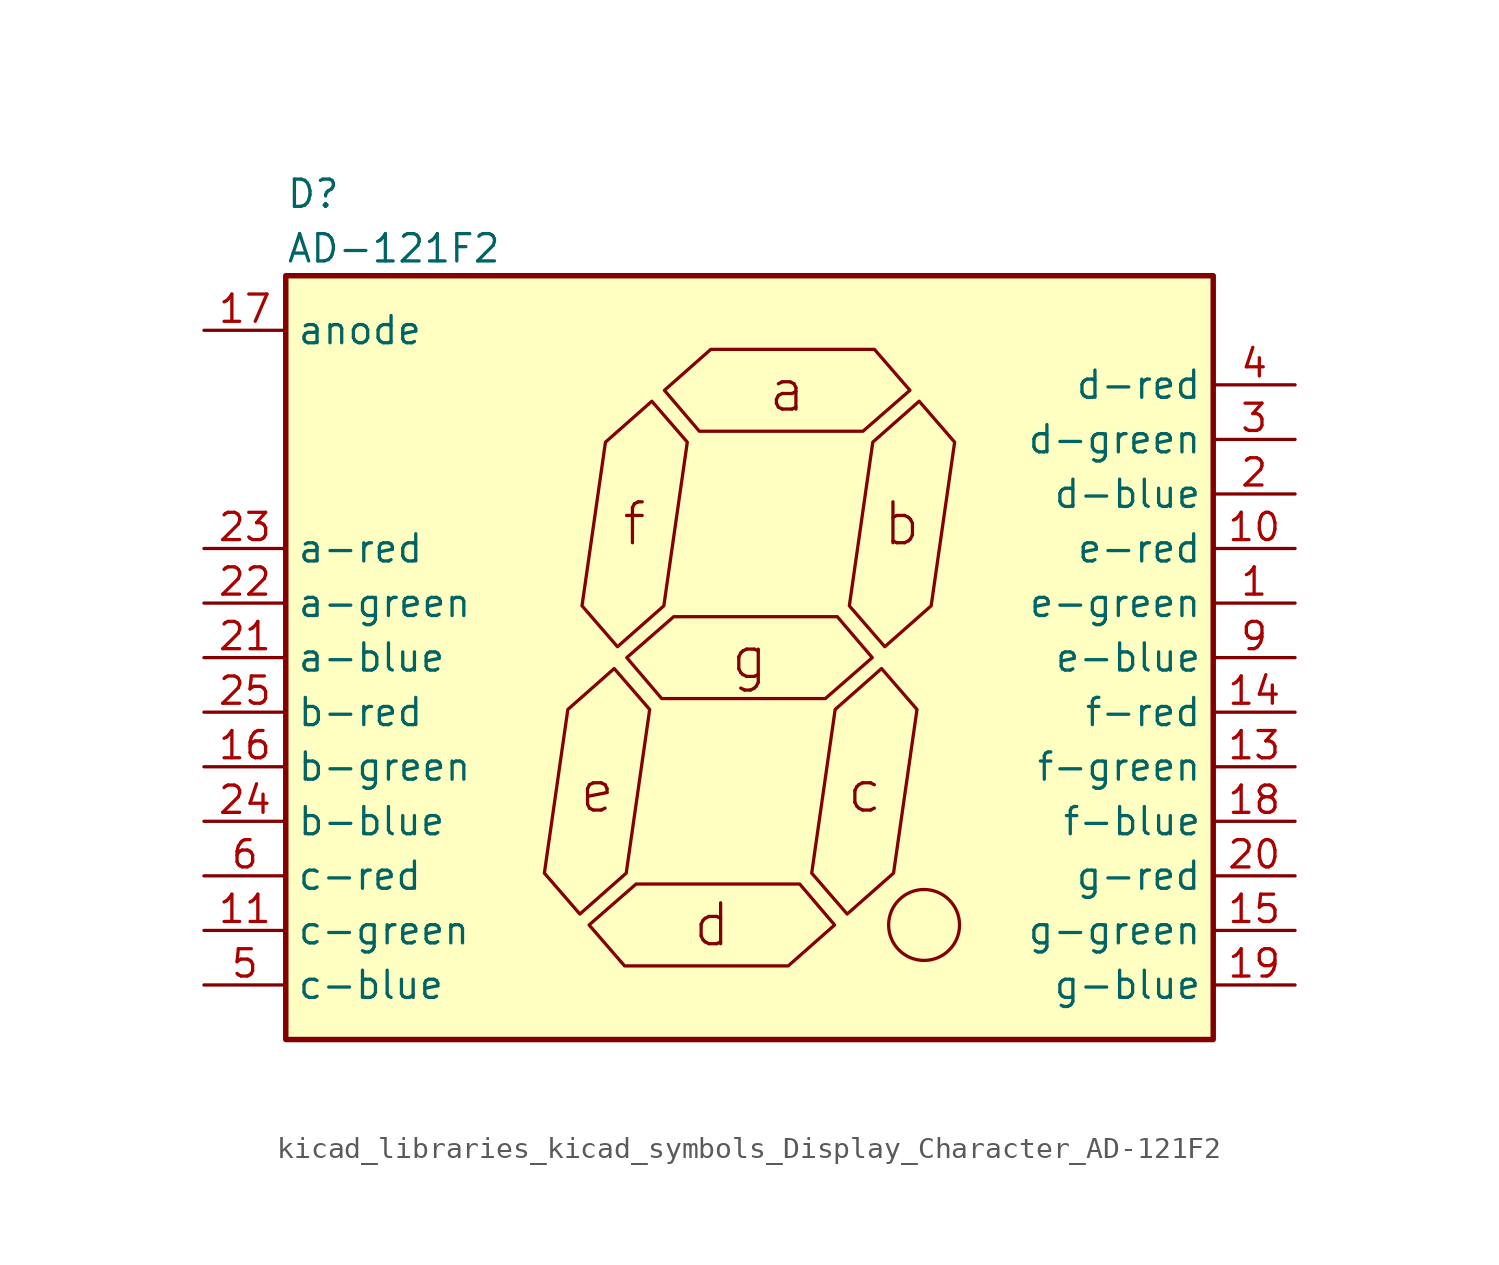
<source format=kicad_sym>
(kicad_symbol_lib
  (version 20220914)
  (generator kicad_symbol_editor)
  (symbol "kicad_libraries_kicad_symbols_Display_Character_AD-121F2"
    (property "Reference" "D"
      (at -21.59 21.59 0)
      (effects (font (size 1.27 1.27)) (justify left)))
    (property "Value" "AD-121F2"
      (at -21.59 19.05 0)
      (effects (font (size 1.27 1.27)) (justify left)))
    (symbol "kicad_libraries_kicad_symbols_Display_Character_AD-121F2_0_1"
      (rectangle (start -21.59 17.78) (end 21.59 -17.78) (stroke (width 0.254) (type default)) (fill (type background)))
      (polyline (pts (xy -7.899 -11.938) (xy -5.74 -10.033) (xy -4.648 -2.413) (xy -6.299 -0.508) (xy -8.458 -2.413) (xy -9.55 -10.033) (xy -7.899 -11.938)) (stroke (width 0) (type default)) (fill (type none)))
      (polyline (pts (xy -7.468 -12.446) (xy -5.283 -10.541) (xy 2.337 -10.541) (xy 3.962 -12.446) (xy 1.803 -14.351) (xy -5.817 -14.351) (xy -7.468 -12.446)) (stroke (width 0) (type default)) (fill (type none)))
      (polyline (pts (xy -6.147 0.508) (xy -3.988 2.413) (xy -2.896 10.033) (xy -4.547 11.938) (xy -6.706 10.033) (xy -7.798 2.413) (xy -6.147 0.508)) (stroke (width 0) (type default)) (fill (type none)))
      (polyline (pts (xy -5.715 0) (xy -3.531 1.905) (xy 4.089 1.905) (xy 5.715 0) (xy 3.531 -1.905) (xy -4.089 -1.905) (xy -5.715 0)) (stroke (width 0) (type default)) (fill (type none)))
      (polyline (pts (xy -3.962 12.446) (xy -1.803 14.351) (xy 5.817 14.351) (xy 7.468 12.446) (xy 5.283 10.541) (xy -2.337 10.541) (xy -3.962 12.446)) (stroke (width 0) (type default)) (fill (type none)))
      (polyline (pts (xy 4.547 -11.938) (xy 6.706 -10.033) (xy 7.798 -2.413) (xy 6.147 -0.508) (xy 3.988 -2.413) (xy 2.896 -10.033) (xy 4.547 -11.938)) (stroke (width 0) (type default)) (fill (type none)))
      (polyline (pts (xy 6.299 0.508) (xy 8.458 2.413) (xy 9.55 10.033) (xy 7.899 11.938) (xy 5.74 10.033) (xy 4.648 2.413) (xy 6.299 0.508)) (stroke (width 0) (type default)) (fill (type none)))
      (circle (center 8.128 -12.446) (radius 1.651) (stroke (width 0) (type default)) (fill (type none)))
      (text "a" (at 1.753 12.446 0) (effects (font (size 1.905 1.905))))
      (text "b" (at 7.087 6.223 0) (effects (font (size 1.905 1.905))))
      (text "c" (at 5.359 -6.223 0) (effects (font (size 1.905 1.905))))
      (text "d" (at -1.753 -12.446 0) (effects (font (size 1.905 1.905))))
      (text "e" (at -7.087 -6.223 0) (effects (font (size 1.905 1.905))))
      (text "f" (at -5.359 6.223 0) (effects (font (size 1.905 1.905))))
      (text "g" (at 0 0 0) (effects (font (size 1.905 1.905))))
      (pin passive line (at 25.4 2.54 180) (length 3.81) (name "e-green" (effects (font (size 1.27 1.27)))) (number "1" (effects (font (size 1.27 1.27)))))
      (pin passive line (at 25.4 5.08 180) (length 3.81) (name "e-red" (effects (font (size 1.27 1.27)))) (number "10" (effects (font (size 1.27 1.27)))))
      (pin passive line (at -25.4 -12.7 0) (length 3.81) (name "c-green" (effects (font (size 1.27 1.27)))) (number "11" (effects (font (size 1.27 1.27)))))
      (pin passive line (at 25.4 -5.08 180) (length 3.81) (name "f-green" (effects (font (size 1.27 1.27)))) (number "13" (effects (font (size 1.27 1.27)))))
      (pin passive line (at 25.4 -2.54 180) (length 3.81) (name "f-red" (effects (font (size 1.27 1.27)))) (number "14" (effects (font (size 1.27 1.27)))))
      (pin passive line (at 25.4 -12.7 180) (length 3.81) (name "g-green" (effects (font (size 1.27 1.27)))) (number "15" (effects (font (size 1.27 1.27)))))
      (pin passive line (at -25.4 -5.08 0) (length 3.81) (name "b-green" (effects (font (size 1.27 1.27)))) (number "16" (effects (font (size 1.27 1.27)))))
      (pin passive line (at -25.4 15.24 0) (length 3.81) (name "anode" (effects (font (size 1.27 1.27)))) (number "17" (effects (font (size 1.27 1.27)))))
      (pin passive line (at 25.4 -7.62 180) (length 3.81) (name "f-blue" (effects (font (size 1.27 1.27)))) (number "18" (effects (font (size 1.27 1.27)))))
      (pin passive line (at 25.4 -15.24 180) (length 3.81) (name "g-blue" (effects (font (size 1.27 1.27)))) (number "19" (effects (font (size 1.27 1.27)))))
      (pin passive line (at 25.4 7.62 180) (length 3.81) (name "d-blue" (effects (font (size 1.27 1.27)))) (number "2" (effects (font (size 1.27 1.27)))))
      (pin passive line (at 25.4 -10.16 180) (length 3.81) (name "g-red" (effects (font (size 1.27 1.27)))) (number "20" (effects (font (size 1.27 1.27)))))
      (pin passive line (at -25.4 0 0) (length 3.81) (name "a-blue" (effects (font (size 1.27 1.27)))) (number "21" (effects (font (size 1.27 1.27)))))
      (pin passive line (at -25.4 2.54 0) (length 3.81) (name "a-green" (effects (font (size 1.27 1.27)))) (number "22" (effects (font (size 1.27 1.27)))))
      (pin passive line (at -25.4 5.08 0) (length 3.81) (name "a-red" (effects (font (size 1.27 1.27)))) (number "23" (effects (font (size 1.27 1.27)))))
      (pin passive line (at -25.4 -7.62 0) (length 3.81) (name "b-blue" (effects (font (size 1.27 1.27)))) (number "24" (effects (font (size 1.27 1.27)))))
      (pin passive line (at -25.4 -2.54 0) (length 3.81) (name "b-red" (effects (font (size 1.27 1.27)))) (number "25" (effects (font (size 1.27 1.27)))))
      (pin passive line (at 25.4 10.16 180) (length 3.81) (name "d-green" (effects (font (size 1.27 1.27)))) (number "3" (effects (font (size 1.27 1.27)))))
      (pin passive line (at 25.4 12.7 180) (length 3.81) (name "d-red" (effects (font (size 1.27 1.27)))) (number "4" (effects (font (size 1.27 1.27)))))
      (pin passive line (at -25.4 -15.24 0) (length 3.81) (name "c-blue" (effects (font (size 1.27 1.27)))) (number "5" (effects (font (size 1.27 1.27)))))
      (pin passive line (at -25.4 -10.16 0) (length 3.81) (name "c-red" (effects (font (size 1.27 1.27)))) (number "6" (effects (font (size 1.27 1.27)))))
      (pin passive line (at 25.4 0 180) (length 3.81) (name "e-blue" (effects (font (size 1.27 1.27)))) (number "9" (effects (font (size 1.27 1.27))))))))
</source>
